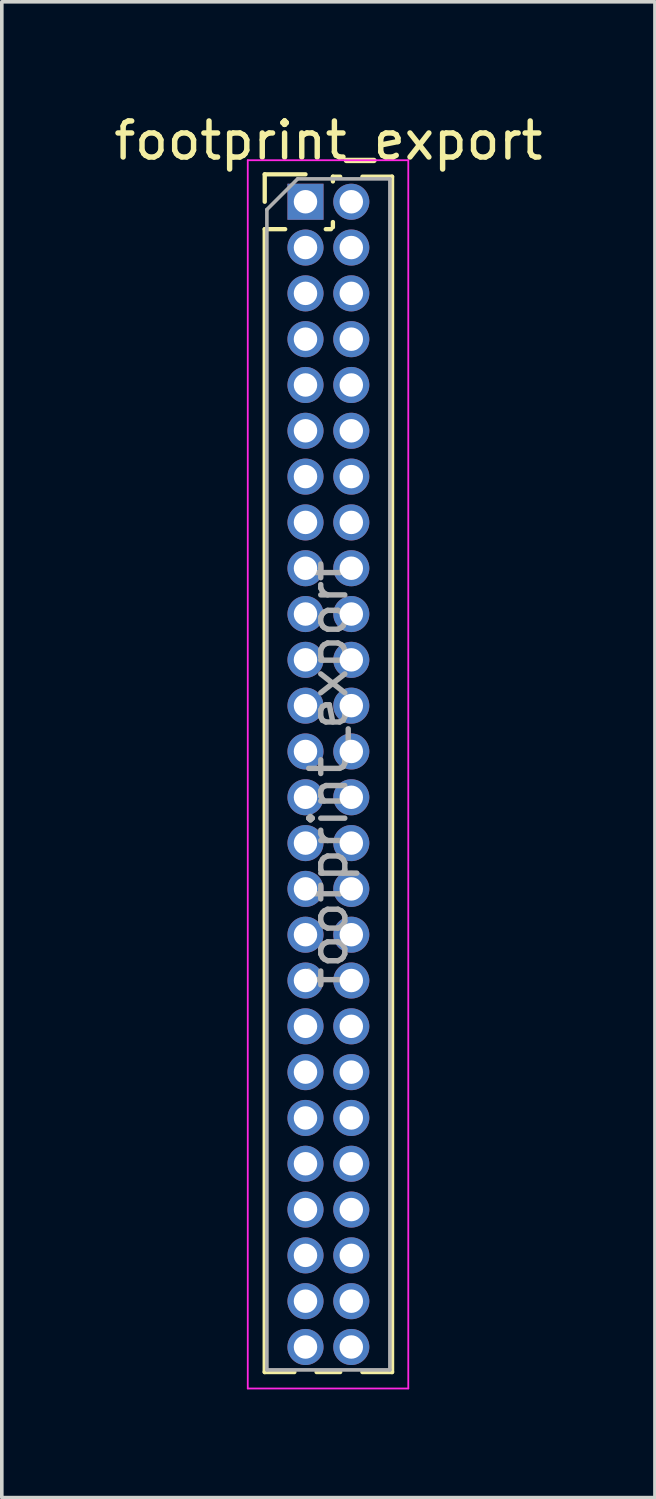
<source format=kicad_pcb>
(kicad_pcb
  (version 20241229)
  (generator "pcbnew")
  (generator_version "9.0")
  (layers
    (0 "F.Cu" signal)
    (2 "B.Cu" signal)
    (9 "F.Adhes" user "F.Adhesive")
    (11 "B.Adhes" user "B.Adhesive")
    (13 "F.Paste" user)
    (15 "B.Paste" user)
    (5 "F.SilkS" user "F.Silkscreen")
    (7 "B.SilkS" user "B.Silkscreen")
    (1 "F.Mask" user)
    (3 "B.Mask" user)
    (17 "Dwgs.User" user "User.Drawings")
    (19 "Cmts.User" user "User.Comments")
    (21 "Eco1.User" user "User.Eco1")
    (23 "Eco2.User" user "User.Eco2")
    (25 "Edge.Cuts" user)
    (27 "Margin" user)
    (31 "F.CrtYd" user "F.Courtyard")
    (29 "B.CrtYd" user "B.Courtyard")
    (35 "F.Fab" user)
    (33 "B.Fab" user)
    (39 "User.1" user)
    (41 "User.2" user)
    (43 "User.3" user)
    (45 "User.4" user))
  (footprint "footprint_export"
    (layer "F.Cu")
    (at 5.419 2.543)
    (property "Reference" "footprint_export" (at 0.635 -1.695 0) (layer "F.SilkS") (effects (font (size 1 1) (thickness 0.15))))
    (attr through_hole)
    (fp_line (start -1.13 -0.76) (end 0 -0.76) (stroke (width 0.12) (type solid)) (layer "F.SilkS"))
    (fp_line (start -1.13 0) (end -1.13 -0.76) (stroke (width 0.12) (type solid)) (layer "F.SilkS"))
    (fp_line (start -1.13 0.76) (end -1.13 32.445) (stroke (width 0.12) (type solid)) (layer "F.SilkS"))
    (fp_line (start -1.13 0.76) (end -0.563 0.76) (stroke (width 0.12) (type solid)) (layer "F.SilkS"))
    (fp_line (start -1.13 32.445) (end -0.308 32.445) (stroke (width 0.12) (type solid)) (layer "F.SilkS"))
    (fp_line (start 0.308 32.445) (end 0.962 32.445) (stroke (width 0.12) (type solid)) (layer "F.SilkS"))
    (fp_line (start 0.563 0.76) (end 0.707 0.76) (stroke (width 0.12) (type solid)) (layer "F.SilkS"))
    (fp_line (start 0.76 -0.695) (end 0.962 -0.695) (stroke (width 0.12) (type solid)) (layer "F.SilkS"))
    (fp_line (start 0.76 -0.563) (end 0.76 -0.695) (stroke (width 0.12) (type solid)) (layer "F.SilkS"))
    (fp_line (start 0.76 0.707) (end 0.76 0.563) (stroke (width 0.12) (type solid)) (layer "F.SilkS"))
    (fp_line (start 1.578 -0.695) (end 2.4 -0.695) (stroke (width 0.12) (type solid)) (layer "F.SilkS"))
    (fp_line (start 1.578 32.445) (end 2.4 32.445) (stroke (width 0.12) (type solid)) (layer "F.SilkS"))
    (fp_line (start 2.4 -0.695) (end 2.4 32.445) (stroke (width 0.12) (type solid)) (layer "F.SilkS"))
    (fp_line (start -1.6 -1.15) (end -1.6 32.9) (stroke (width 0.05) (type solid)) (layer "F.CrtYd"))
    (fp_line (start -1.6 32.9) (end 2.85 32.9) (stroke (width 0.05) (type solid)) (layer "F.CrtYd"))
    (fp_line (start 2.85 -1.15) (end -1.6 -1.15) (stroke (width 0.05) (type solid)) (layer "F.CrtYd"))
    (fp_line (start 2.85 32.9) (end 2.85 -1.15) (stroke (width 0.05) (type solid)) (layer "F.CrtYd"))
    (fp_line (start -1.07 0.217) (end -0.217 -0.635) (stroke (width 0.1) (type solid)) (layer "F.Fab"))
    (fp_line (start -1.07 32.385) (end -1.07 0.217) (stroke (width 0.1) (type solid)) (layer "F.Fab"))
    (fp_line (start -0.217 -0.635) (end 2.34 -0.635) (stroke (width 0.1) (type solid)) (layer "F.Fab"))
    (fp_line (start 2.34 -0.635) (end 2.34 32.385) (stroke (width 0.1) (type solid)) (layer "F.Fab"))
    (fp_line (start 2.34 32.385) (end -1.07 32.385) (stroke (width 0.1) (type solid)) (layer "F.Fab"))
    (fp_text user "${REFERENCE}" (at 0.635 15.875 90) (layer "F.Fab") (effects (font (size 1 1) (thickness 0.15))))
    (pad "1" thru_hole rect (at 0 0) (size 1 1) (drill 0.65) (layers "*.Cu" "*.Mask"))
    (pad "2" thru_hole oval (at 1.27 0) (size 1 1) (drill 0.65) (layers "*.Cu" "*.Mask"))
    (pad "3" thru_hole oval (at 0 1.27) (size 1 1) (drill 0.65) (layers "*.Cu" "*.Mask"))
    (pad "4" thru_hole oval (at 1.27 1.27) (size 1 1) (drill 0.65) (layers "*.Cu" "*.Mask"))
    (pad "5" thru_hole oval (at 0 2.54) (size 1 1) (drill 0.65) (layers "*.Cu" "*.Mask"))
    (pad "6" thru_hole oval (at 1.27 2.54) (size 1 1) (drill 0.65) (layers "*.Cu" "*.Mask"))
    (pad "7" thru_hole oval (at 0 3.81) (size 1 1) (drill 0.65) (layers "*.Cu" "*.Mask"))
    (pad "8" thru_hole oval (at 1.27 3.81) (size 1 1) (drill 0.65) (layers "*.Cu" "*.Mask"))
    (pad "9" thru_hole oval (at 0 5.08) (size 1 1) (drill 0.65) (layers "*.Cu" "*.Mask"))
    (pad "10" thru_hole oval (at 1.27 5.08) (size 1 1) (drill 0.65) (layers "*.Cu" "*.Mask"))
    (pad "11" thru_hole oval (at 0 6.35) (size 1 1) (drill 0.65) (layers "*.Cu" "*.Mask"))
    (pad "12" thru_hole oval (at 1.27 6.35) (size 1 1) (drill 0.65) (layers "*.Cu" "*.Mask"))
    (pad "13" thru_hole oval (at 0 7.62) (size 1 1) (drill 0.65) (layers "*.Cu" "*.Mask"))
    (pad "14" thru_hole oval (at 1.27 7.62) (size 1 1) (drill 0.65) (layers "*.Cu" "*.Mask"))
    (pad "15" thru_hole oval (at 0 8.89) (size 1 1) (drill 0.65) (layers "*.Cu" "*.Mask"))
    (pad "16" thru_hole oval (at 1.27 8.89) (size 1 1) (drill 0.65) (layers "*.Cu" "*.Mask"))
    (pad "17" thru_hole oval (at 0 10.16) (size 1 1) (drill 0.65) (layers "*.Cu" "*.Mask"))
    (pad "18" thru_hole oval (at 1.27 10.16) (size 1 1) (drill 0.65) (layers "*.Cu" "*.Mask"))
    (pad "19" thru_hole oval (at 0 11.43) (size 1 1) (drill 0.65) (layers "*.Cu" "*.Mask"))
    (pad "20" thru_hole oval (at 1.27 11.43) (size 1 1) (drill 0.65) (layers "*.Cu" "*.Mask"))
    (pad "21" thru_hole oval (at 0 12.7) (size 1 1) (drill 0.65) (layers "*.Cu" "*.Mask"))
    (pad "22" thru_hole oval (at 1.27 12.7) (size 1 1) (drill 0.65) (layers "*.Cu" "*.Mask"))
    (pad "23" thru_hole oval (at 0 13.97) (size 1 1) (drill 0.65) (layers "*.Cu" "*.Mask"))
    (pad "24" thru_hole oval (at 1.27 13.97) (size 1 1) (drill 0.65) (layers "*.Cu" "*.Mask"))
    (pad "25" thru_hole oval (at 0 15.24) (size 1 1) (drill 0.65) (layers "*.Cu" "*.Mask"))
    (pad "26" thru_hole oval (at 1.27 15.24) (size 1 1) (drill 0.65) (layers "*.Cu" "*.Mask"))
    (pad "27" thru_hole oval (at 0 16.51) (size 1 1) (drill 0.65) (layers "*.Cu" "*.Mask"))
    (pad "28" thru_hole oval (at 1.27 16.51) (size 1 1) (drill 0.65) (layers "*.Cu" "*.Mask"))
    (pad "29" thru_hole oval (at 0 17.78) (size 1 1) (drill 0.65) (layers "*.Cu" "*.Mask"))
    (pad "30" thru_hole oval (at 1.27 17.78) (size 1 1) (drill 0.65) (layers "*.Cu" "*.Mask"))
    (pad "31" thru_hole oval (at 0 19.05) (size 1 1) (drill 0.65) (layers "*.Cu" "*.Mask"))
    (pad "32" thru_hole oval (at 1.27 19.05) (size 1 1) (drill 0.65) (layers "*.Cu" "*.Mask"))
    (pad "33" thru_hole oval (at 0 20.32) (size 1 1) (drill 0.65) (layers "*.Cu" "*.Mask"))
    (pad "34" thru_hole oval (at 1.27 20.32) (size 1 1) (drill 0.65) (layers "*.Cu" "*.Mask"))
    (pad "35" thru_hole oval (at 0 21.59) (size 1 1) (drill 0.65) (layers "*.Cu" "*.Mask"))
    (pad "36" thru_hole oval (at 1.27 21.59) (size 1 1) (drill 0.65) (layers "*.Cu" "*.Mask"))
    (pad "37" thru_hole oval (at 0 22.86) (size 1 1) (drill 0.65) (layers "*.Cu" "*.Mask"))
    (pad "38" thru_hole oval (at 1.27 22.86) (size 1 1) (drill 0.65) (layers "*.Cu" "*.Mask"))
    (pad "39" thru_hole oval (at 0 24.13) (size 1 1) (drill 0.65) (layers "*.Cu" "*.Mask"))
    (pad "40" thru_hole oval (at 1.27 24.13) (size 1 1) (drill 0.65) (layers "*.Cu" "*.Mask"))
    (pad "41" thru_hole oval (at 0 25.4) (size 1 1) (drill 0.65) (layers "*.Cu" "*.Mask"))
    (pad "42" thru_hole oval (at 1.27 25.4) (size 1 1) (drill 0.65) (layers "*.Cu" "*.Mask"))
    (pad "43" thru_hole oval (at 0 26.67) (size 1 1) (drill 0.65) (layers "*.Cu" "*.Mask"))
    (pad "44" thru_hole oval (at 1.27 26.67) (size 1 1) (drill 0.65) (layers "*.Cu" "*.Mask"))
    (pad "45" thru_hole oval (at 0 27.94) (size 1 1) (drill 0.65) (layers "*.Cu" "*.Mask"))
    (pad "46" thru_hole oval (at 1.27 27.94) (size 1 1) (drill 0.65) (layers "*.Cu" "*.Mask"))
    (pad "47" thru_hole oval (at 0 29.21) (size 1 1) (drill 0.65) (layers "*.Cu" "*.Mask"))
    (pad "48" thru_hole oval (at 1.27 29.21) (size 1 1) (drill 0.65) (layers "*.Cu" "*.Mask"))
    (pad "49" thru_hole oval (at 0 30.48) (size 1 1) (drill 0.65) (layers "*.Cu" "*.Mask"))
    (pad "50" thru_hole oval (at 1.27 30.48) (size 1 1) (drill 0.65) (layers "*.Cu" "*.Mask"))
    (pad "51" thru_hole oval (at 0 31.75) (size 1 1) (drill 0.65) (layers "*.Cu" "*.Mask"))
    (pad "52" thru_hole oval (at 1.27 31.75) (size 1 1) (drill 0.65) (layers "*.Cu" "*.Mask")))
  (gr_rect
    (start -3 -3)
    (end 15.107 38.468)
    (stroke (width 0.1) (type default))
    (fill no)
    (layer "Edge.Cuts")))
</source>
